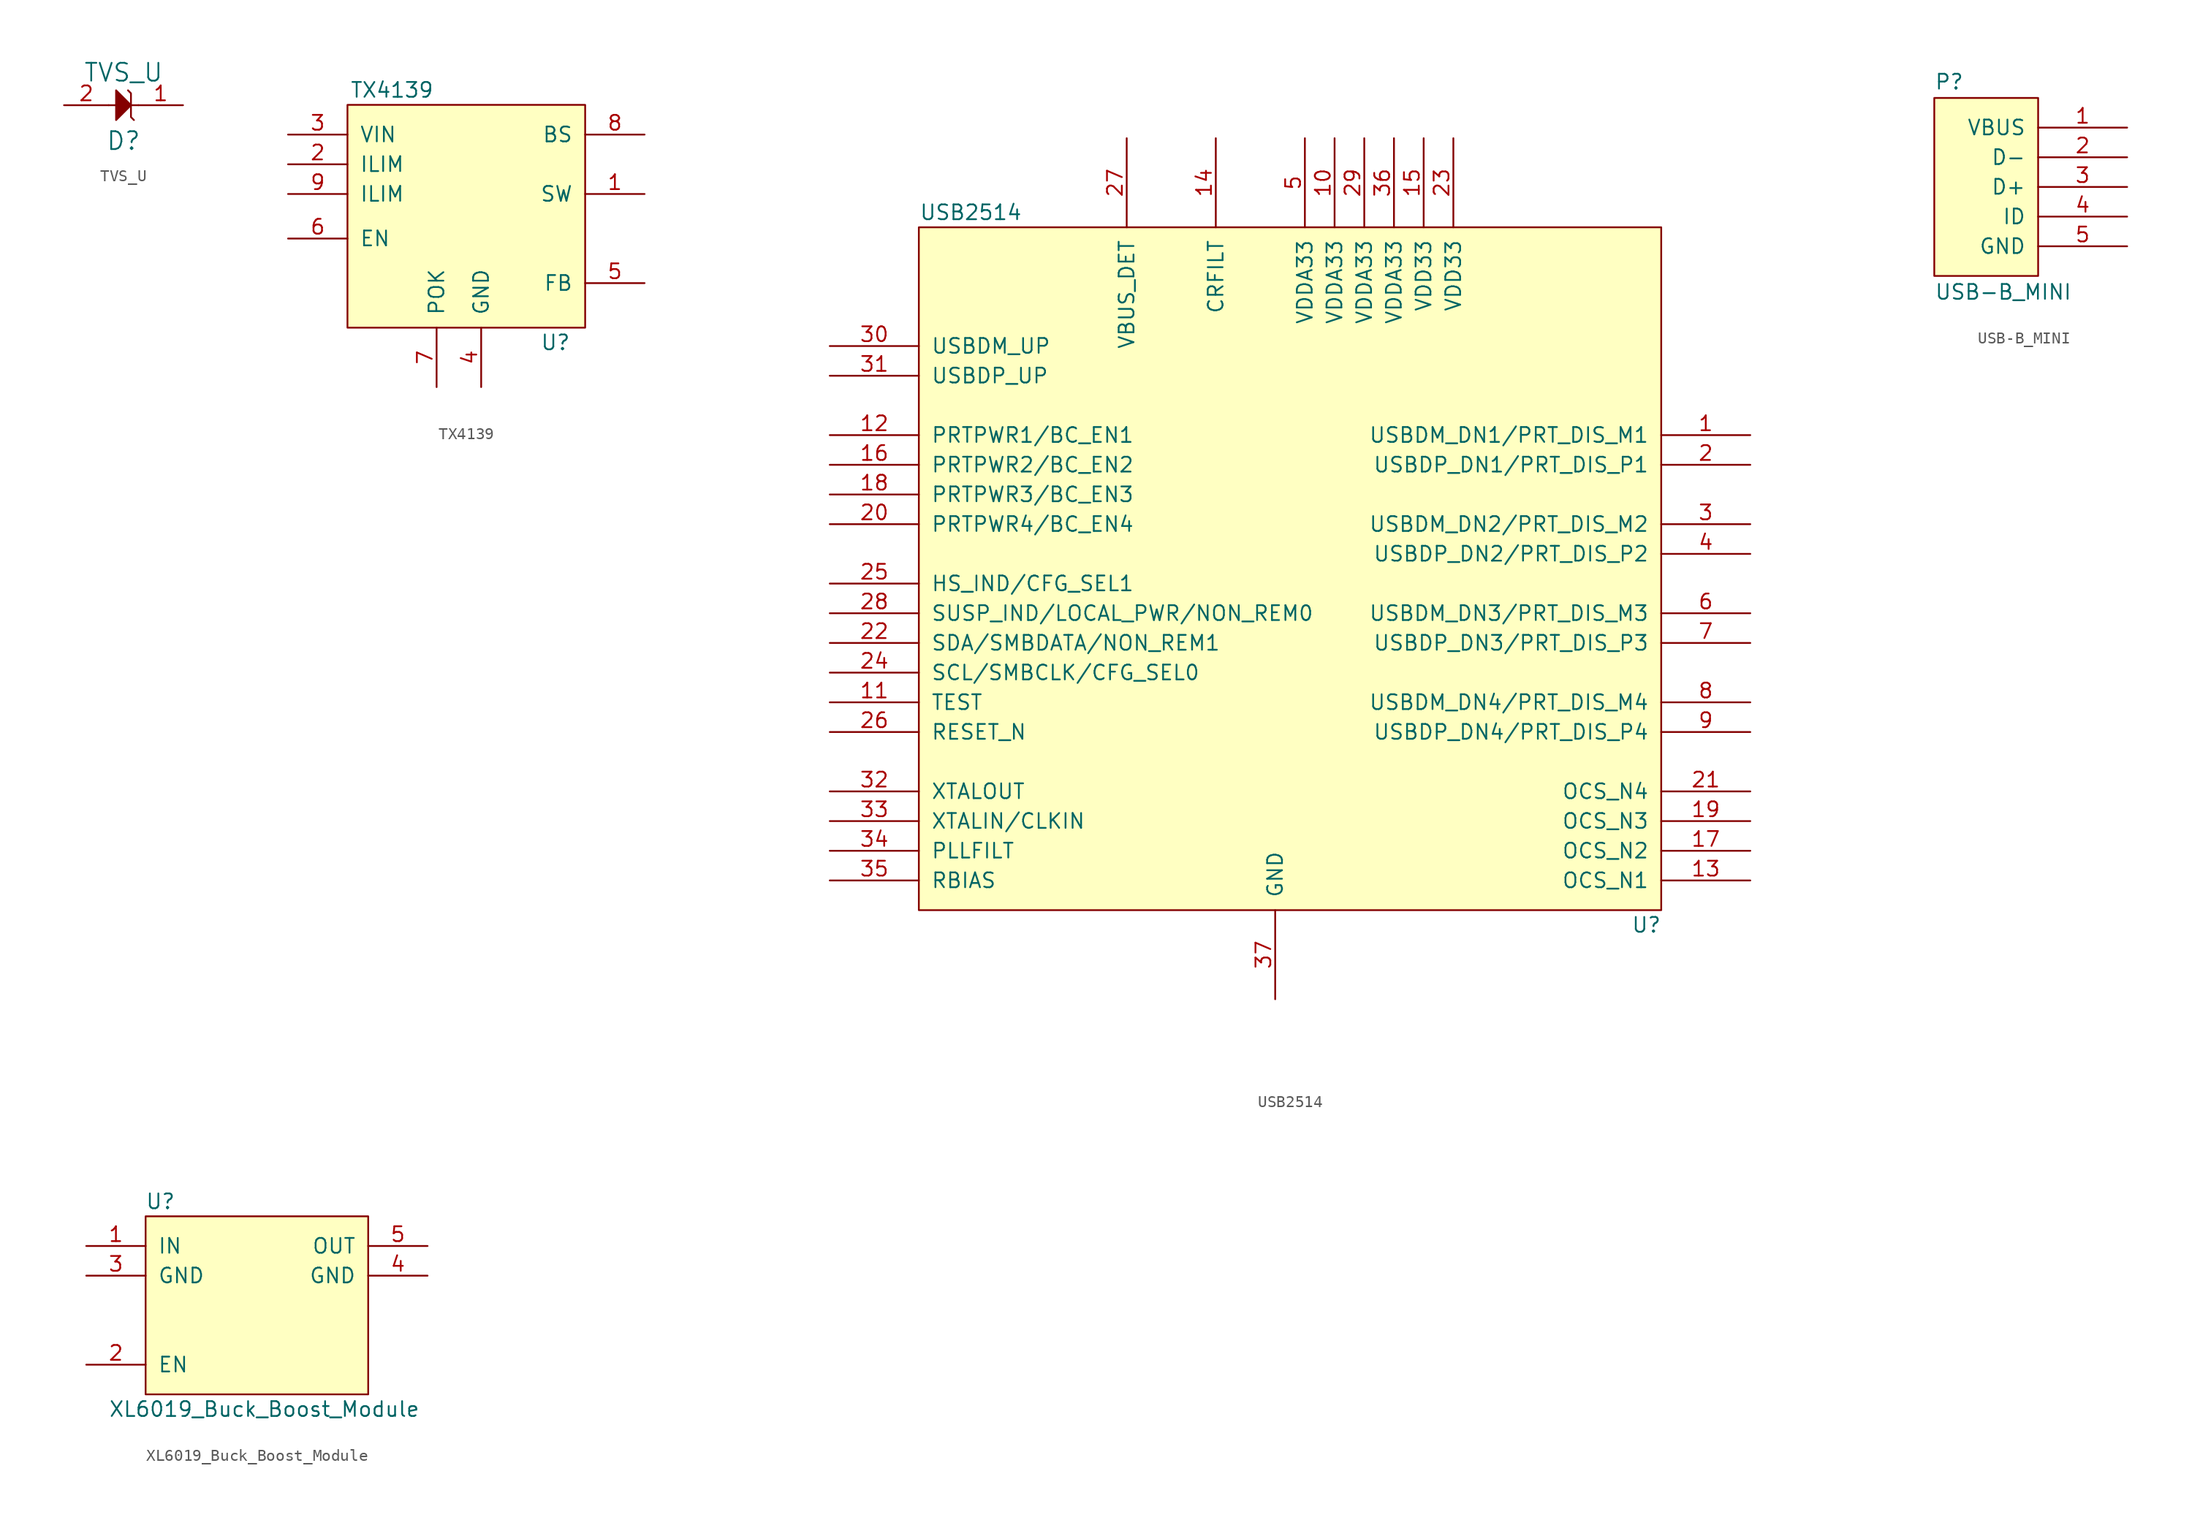
<source format=kicad_sym>
(kicad_symbol_lib
  (version 20211014)
  (generator kicad_symbol_editor)
  (symbol "TVS_U"
    (pin_names
      (offset 1.016))
    (property "Reference" "D"
      (at 0 -3.048 0)
      (effects (font (size 1.524 1.524))))
    (property "Value" "TVS_U"
      (at 0 2.794 0)
      (effects (font (size 1.524 1.524))))
    (property "Footprint" ""
      (at -1.27 3.81 0)
      (effects (font (size 1.524 1.524))))
    (property "Datasheet" ""
      (at -1.27 3.81 0)
      (effects (font (size 1.524 1.524))))
    (symbol "TVS_U_0_1"
      (polyline (pts (xy -0.635 0) (xy -1.27 0)) (stroke (width 0) (type default) (color 0 0 0 0)) (fill (type none)))
      (polyline (pts (xy 1.27 0) (xy 0.635 0)) (stroke (width 0) (type default) (color 0 0 0 0)) (fill (type none)))
      (polyline (pts (xy -0.635 -1.27) (xy -0.635 1.27) (xy 0.635 0) (xy -0.635 -1.27)) (stroke (width 0) (type default) (color 0 0 0 0)) (fill (type outline)))
      (polyline (pts (xy 0.889 -1.27) (xy 0.635 -1.016) (xy 0.635 1.016) (xy 0.381 1.27)) (stroke (width 0) (type default) (color 0 0 0 0)) (fill (type none))))
    (symbol "TVS_U_1_1"
      (pin bidirectional line (at 5.08 0 180) (length 3.81) (name "~" (effects (font (size 1.27 1.27)))) (number "1" (effects (font (size 1.27 1.27)))))
      (pin bidirectional line (at -5.08 0 0) (length 3.81) (name "~" (effects (font (size 1.27 1.27)))) (number "2" (effects (font (size 1.27 1.27)))))))
  (symbol "TX4139"
    (pin_names
      (offset 1.016))
    (property "Reference" "U"
      (at 17.78 -17.78 0)
      (effects (font (size 1.27 1.27))))
    (property "Value" "TX4139"
      (at 3.81 3.81 0)
      (effects (font (size 1.27 1.27))))
    (symbol "TX4139_0_1"
      (rectangle (start 0 -16.51) (end 20.32 2.54) (stroke (width 0) (type default) (color 0 0 0 0)) (fill (type background))))
    (symbol "TX4139_1_1"
      (pin input line (at 25.4 -5.08 180) (length 5.08) (name "SW" (effects (font (size 1.27 1.27)))) (number "1" (effects (font (size 1.27 1.27)))))
      (pin input line (at -5.08 -2.54 0) (length 5.08) (name "ILIM" (effects (font (size 1.27 1.27)))) (number "2" (effects (font (size 1.27 1.27)))))
      (pin input line (at -5.08 0 0) (length 5.08) (name "VIN" (effects (font (size 1.27 1.27)))) (number "3" (effects (font (size 1.27 1.27)))))
      (pin input line (at 11.43 -21.59 90) (length 5.08) (name "GND" (effects (font (size 1.27 1.27)))) (number "4" (effects (font (size 1.27 1.27)))))
      (pin input line (at 25.4 -12.7 180) (length 5.08) (name "FB" (effects (font (size 1.27 1.27)))) (number "5" (effects (font (size 1.27 1.27)))))
      (pin input line (at -5.08 -8.89 0) (length 5.08) (name "EN" (effects (font (size 1.27 1.27)))) (number "6" (effects (font (size 1.27 1.27)))))
      (pin input line (at 7.62 -21.59 90) (length 5.08) (name "POK" (effects (font (size 1.27 1.27)))) (number "7" (effects (font (size 1.27 1.27)))))
      (pin input line (at 25.4 0 180) (length 5.08) (name "BS" (effects (font (size 1.27 1.27)))) (number "8" (effects (font (size 1.27 1.27)))))
      (pin input line (at -5.08 -5.08 0) (length 5.08) (name "ILIM" (effects (font (size 1.27 1.27)))) (number "9" (effects (font (size 1.27 1.27)))))))
  (symbol "USB2514"
    (pin_names
      (offset 1.016))
    (property "Reference" "U"
      (at 31.75 -31.75 0)
      (effects (font (size 1.27 1.27))))
    (property "Value" "USB2514"
      (at -26.035 29.21 0)
      (effects (font (size 1.27 1.27))))
    (symbol "USB2514_0_1"
      (rectangle (start 33.02 -30.48) (end -30.48 27.94) (stroke (width 0) (type default) (color 0 0 0 0)) (fill (type background))))
    (symbol "USB2514_1_1"
      (pin input line (at 40.64 10.16 180) (length 7.62) (name "USBDM_DN1/PRT_DIS_M1" (effects (font (size 1.27 1.27)))) (number "1" (effects (font (size 1.27 1.27)))))
      (pin input line (at 5.08 35.56 270) (length 7.62) (name "VDDA33" (effects (font (size 1.27 1.27)))) (number "10" (effects (font (size 1.27 1.27)))))
      (pin input line (at -38.1 -12.7 0) (length 7.62) (name "TEST" (effects (font (size 1.27 1.27)))) (number "11" (effects (font (size 1.27 1.27)))))
      (pin input line (at -38.1 10.16 0) (length 7.62) (name "PRTPWR1/BC_EN1" (effects (font (size 1.27 1.27)))) (number "12" (effects (font (size 1.27 1.27)))))
      (pin input line (at 40.64 -27.94 180) (length 7.62) (name "OCS_N1" (effects (font (size 1.27 1.27)))) (number "13" (effects (font (size 1.27 1.27)))))
      (pin input line (at -5.08 35.56 270) (length 7.62) (name "CRFILT" (effects (font (size 1.27 1.27)))) (number "14" (effects (font (size 1.27 1.27)))))
      (pin input line (at 12.7 35.56 270) (length 7.62) (name "VDD33" (effects (font (size 1.27 1.27)))) (number "15" (effects (font (size 1.27 1.27)))))
      (pin input line (at -38.1 7.62 0) (length 7.62) (name "PRTPWR2/BC_EN2" (effects (font (size 1.27 1.27)))) (number "16" (effects (font (size 1.27 1.27)))))
      (pin input line (at 40.64 -25.4 180) (length 7.62) (name "OCS_N2" (effects (font (size 1.27 1.27)))) (number "17" (effects (font (size 1.27 1.27)))))
      (pin input line (at -38.1 5.08 0) (length 7.62) (name "PRTPWR3/BC_EN3" (effects (font (size 1.27 1.27)))) (number "18" (effects (font (size 1.27 1.27)))))
      (pin input line (at 40.64 -22.86 180) (length 7.62) (name "OCS_N3" (effects (font (size 1.27 1.27)))) (number "19" (effects (font (size 1.27 1.27)))))
      (pin input line (at 40.64 7.62 180) (length 7.62) (name "USBDP_DN1/PRT_DIS_P1" (effects (font (size 1.27 1.27)))) (number "2" (effects (font (size 1.27 1.27)))))
      (pin input line (at -38.1 2.54 0) (length 7.62) (name "PRTPWR4/BC_EN4" (effects (font (size 1.27 1.27)))) (number "20" (effects (font (size 1.27 1.27)))))
      (pin input line (at 40.64 -20.32 180) (length 7.62) (name "OCS_N4" (effects (font (size 1.27 1.27)))) (number "21" (effects (font (size 1.27 1.27)))))
      (pin input line (at -38.1 -7.62 0) (length 7.62) (name "SDA/SMBDATA/NON_REM1" (effects (font (size 1.27 1.27)))) (number "22" (effects (font (size 1.27 1.27)))))
      (pin input line (at 15.24 35.56 270) (length 7.62) (name "VDD33" (effects (font (size 1.27 1.27)))) (number "23" (effects (font (size 1.27 1.27)))))
      (pin input line (at -38.1 -10.16 0) (length 7.62) (name "SCL/SMBCLK/CFG_SEL0" (effects (font (size 1.27 1.27)))) (number "24" (effects (font (size 1.27 1.27)))))
      (pin input line (at -38.1 -2.54 0) (length 7.62) (name "HS_IND/CFG_SEL1" (effects (font (size 1.27 1.27)))) (number "25" (effects (font (size 1.27 1.27)))))
      (pin input line (at -38.1 -15.24 0) (length 7.62) (name "RESET_N" (effects (font (size 1.27 1.27)))) (number "26" (effects (font (size 1.27 1.27)))))
      (pin input line (at -12.7 35.56 270) (length 7.62) (name "VBUS_DET" (effects (font (size 1.27 1.27)))) (number "27" (effects (font (size 1.27 1.27)))))
      (pin input line (at -38.1 -5.08 0) (length 7.62) (name "SUSP_IND/LOCAL_PWR/NON_REM0" (effects (font (size 1.27 1.27)))) (number "28" (effects (font (size 1.27 1.27)))))
      (pin input line (at 7.62 35.56 270) (length 7.62) (name "VDDA33" (effects (font (size 1.27 1.27)))) (number "29" (effects (font (size 1.27 1.27)))))
      (pin input line (at 40.64 2.54 180) (length 7.62) (name "USBDM_DN2/PRT_DIS_M2" (effects (font (size 1.27 1.27)))) (number "3" (effects (font (size 1.27 1.27)))))
      (pin input line (at -38.1 17.78 0) (length 7.62) (name "USBDM_UP" (effects (font (size 1.27 1.27)))) (number "30" (effects (font (size 1.27 1.27)))))
      (pin input line (at -38.1 15.24 0) (length 7.62) (name "USBDP_UP" (effects (font (size 1.27 1.27)))) (number "31" (effects (font (size 1.27 1.27)))))
      (pin input line (at -38.1 -20.32 0) (length 7.62) (name "XTALOUT" (effects (font (size 1.27 1.27)))) (number "32" (effects (font (size 1.27 1.27)))))
      (pin input line (at -38.1 -22.86 0) (length 7.62) (name "XTALIN/CLKIN" (effects (font (size 1.27 1.27)))) (number "33" (effects (font (size 1.27 1.27)))))
      (pin input line (at -38.1 -25.4 0) (length 7.62) (name "PLLFILT" (effects (font (size 1.27 1.27)))) (number "34" (effects (font (size 1.27 1.27)))))
      (pin input line (at -38.1 -27.94 0) (length 7.62) (name "RBIAS" (effects (font (size 1.27 1.27)))) (number "35" (effects (font (size 1.27 1.27)))))
      (pin input line (at 10.16 35.56 270) (length 7.62) (name "VDDA33" (effects (font (size 1.27 1.27)))) (number "36" (effects (font (size 1.27 1.27)))))
      (pin input line (at 0 -38.1 90) (length 7.62) (name "GND" (effects (font (size 1.27 1.27)))) (number "37" (effects (font (size 1.27 1.27)))))
      (pin input line (at 40.64 0 180) (length 7.62) (name "USBDP_DN2/PRT_DIS_P2" (effects (font (size 1.27 1.27)))) (number "4" (effects (font (size 1.27 1.27)))))
      (pin input line (at 2.54 35.56 270) (length 7.62) (name "VDDA33" (effects (font (size 1.27 1.27)))) (number "5" (effects (font (size 1.27 1.27)))))
      (pin input line (at 40.64 -5.08 180) (length 7.62) (name "USBDM_DN3/PRT_DIS_M3" (effects (font (size 1.27 1.27)))) (number "6" (effects (font (size 1.27 1.27)))))
      (pin input line (at 40.64 -7.62 180) (length 7.62) (name "USBDP_DN3/PRT_DIS_P3" (effects (font (size 1.27 1.27)))) (number "7" (effects (font (size 1.27 1.27)))))
      (pin input line (at 40.64 -12.7 180) (length 7.62) (name "USBDM_DN4/PRT_DIS_M4" (effects (font (size 1.27 1.27)))) (number "8" (effects (font (size 1.27 1.27)))))
      (pin input line (at 40.64 -15.24 180) (length 7.62) (name "USBDP_DN4/PRT_DIS_P4" (effects (font (size 1.27 1.27)))) (number "9" (effects (font (size 1.27 1.27)))))))
  (symbol "USB-B_MINI"
    (pin_names
      (offset 1.016))
    (property "Reference" "P"
      (at -8.89 8.255 0)
      (effects (font (size 1.27 1.27)) (justify left bottom)))
    (property "Value" "USB-B_MINI"
      (at -8.89 -8.255 0)
      (effects (font (size 1.27 1.27)) (justify left top)))
    (property "Footprint" ""
      (at -10.16 -2.54 0)
      (effects (font (size 1.524 1.524))))
    (property "Datasheet" ""
      (at -10.16 -2.54 0)
      (effects (font (size 1.524 1.524))))
    (symbol "USB-B_MINI_0_1"
      (rectangle (start 0 7.62) (end -8.89 -7.62) (stroke (width 0) (type default) (color 0 0 0 0)) (fill (type background))))
    (symbol "USB-B_MINI_1_1"
      (pin passive line (at 7.62 5.08 180) (length 7.62) (name "VBUS" (effects (font (size 1.27 1.27)))) (number "1" (effects (font (size 1.27 1.27)))))
      (pin passive line (at 7.62 2.54 180) (length 7.62) (name "D-" (effects (font (size 1.27 1.27)))) (number "2" (effects (font (size 1.27 1.27)))))
      (pin passive line (at 7.62 0 180) (length 7.62) (name "D+" (effects (font (size 1.27 1.27)))) (number "3" (effects (font (size 1.27 1.27)))))
      (pin passive line (at 7.62 -2.54 180) (length 7.62) (name "ID" (effects (font (size 1.27 1.27)))) (number "4" (effects (font (size 1.27 1.27)))))
      (pin passive line (at 7.62 -5.08 180) (length 7.62) (name "GND" (effects (font (size 1.27 1.27)))) (number "5" (effects (font (size 1.27 1.27)))))))
  (symbol "XL6019_Buck_Boost_Module"
    (pin_names
      (offset 1.016))
    (property "Reference" "U"
      (at 1.27 3.81 0)
      (effects (font (size 1.27 1.27))))
    (property "Value" "XL6019_Buck_Boost_Module"
      (at 10.16 -13.97 0)
      (effects (font (size 1.27 1.27))))
    (symbol "XL6019_Buck_Boost_Module_0_1"
      (rectangle (start 19.05 2.54) (end 0 -12.7) (stroke (width 0) (type default) (color 0 0 0 0)) (fill (type background))))
    (symbol "XL6019_Buck_Boost_Module_1_1"
      (pin input line (at -5.08 0 0) (length 5.08) (name "IN" (effects (font (size 1.27 1.27)))) (number "1" (effects (font (size 1.27 1.27)))))
      (pin input line (at -5.08 -10.16 0) (length 5.08) (name "EN" (effects (font (size 1.27 1.27)))) (number "2" (effects (font (size 1.27 1.27)))))
      (pin input line (at -5.08 -2.54 0) (length 5.08) (name "GND" (effects (font (size 1.27 1.27)))) (number "3" (effects (font (size 1.27 1.27)))))
      (pin input line (at 24.13 -2.54 180) (length 5.08) (name "GND" (effects (font (size 1.27 1.27)))) (number "4" (effects (font (size 1.27 1.27)))))
      (pin input line (at 24.13 0 180) (length 5.08) (name "OUT" (effects (font (size 1.27 1.27)))) (number "5" (effects (font (size 1.27 1.27))))))))
</source>
